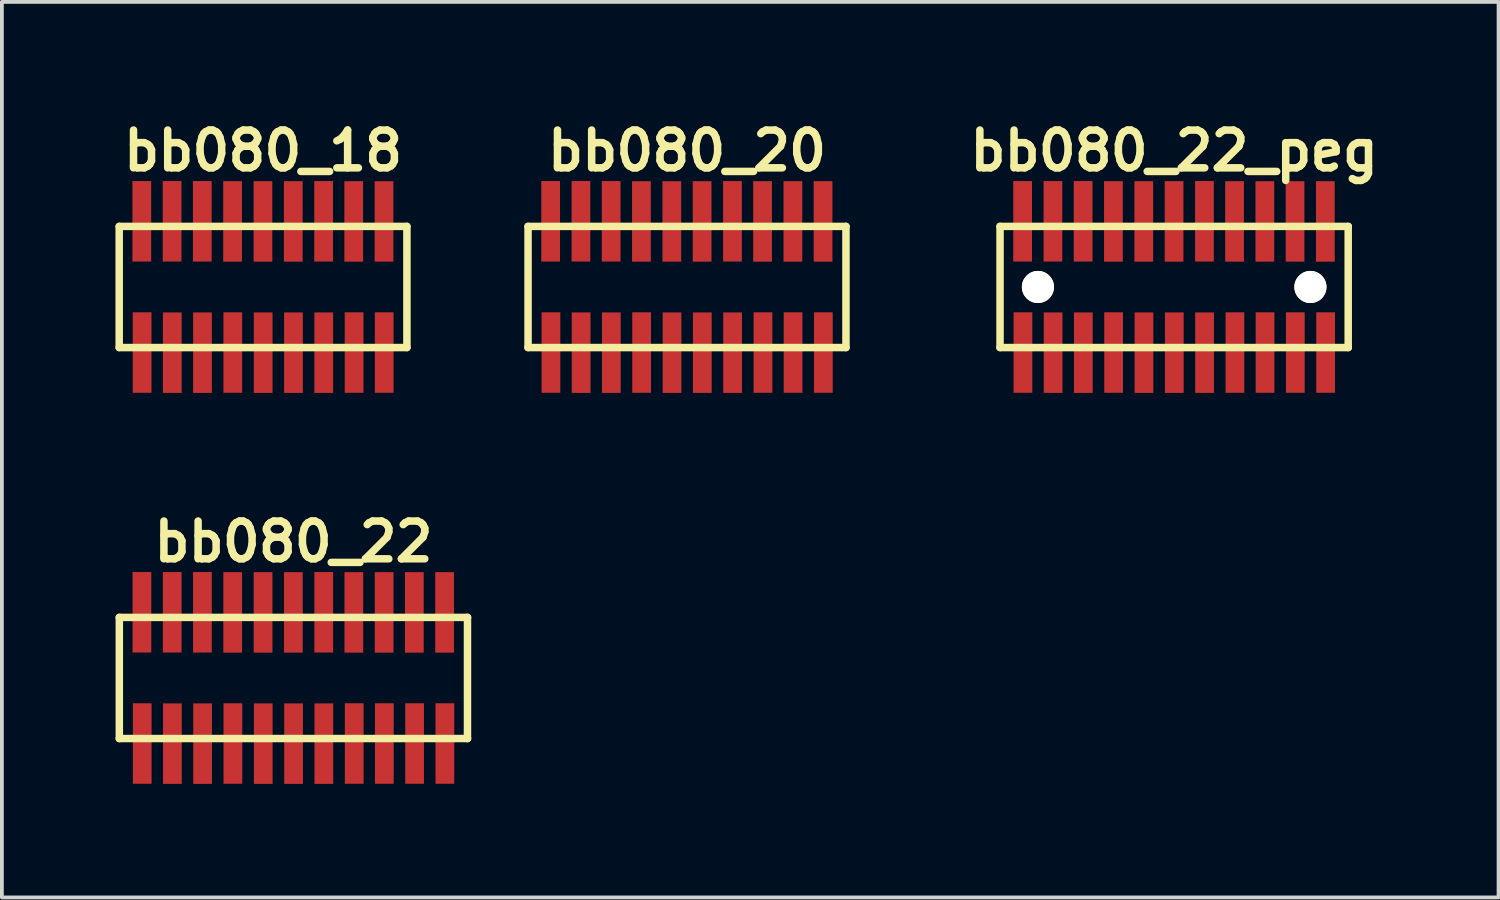
<source format=kicad_pcb>
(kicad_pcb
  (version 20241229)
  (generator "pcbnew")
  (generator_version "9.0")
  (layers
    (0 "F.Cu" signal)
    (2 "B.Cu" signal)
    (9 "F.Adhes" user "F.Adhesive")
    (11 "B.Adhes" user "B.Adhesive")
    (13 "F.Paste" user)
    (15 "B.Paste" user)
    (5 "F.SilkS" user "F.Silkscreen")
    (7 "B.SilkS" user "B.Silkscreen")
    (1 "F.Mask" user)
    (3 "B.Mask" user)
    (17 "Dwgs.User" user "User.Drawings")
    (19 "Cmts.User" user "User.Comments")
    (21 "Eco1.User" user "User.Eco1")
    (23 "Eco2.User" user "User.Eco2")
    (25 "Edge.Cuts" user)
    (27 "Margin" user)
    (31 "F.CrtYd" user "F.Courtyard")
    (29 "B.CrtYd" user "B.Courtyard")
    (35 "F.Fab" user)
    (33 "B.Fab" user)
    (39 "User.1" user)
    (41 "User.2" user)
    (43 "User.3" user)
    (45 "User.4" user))
  (footprint "bb080_20"
    (layer "F.Cu")
    (at 15.098 4.531)
    (property "Reference" "bb080_20" (at 0 -3.599 0) (layer "F.SilkS") (effects (font (size 0.998 0.998) (thickness 0.198))))
    (attr through_hole)
    (fp_line (start -4.201 -1.6) (end 4.201 -1.6) (stroke (width 0.198) (type solid)) (layer "F.SilkS"))
    (fp_line (start -4.199 -1.6) (end -4.199 1.6) (stroke (width 0.198) (type solid)) (layer "F.SilkS"))
    (fp_line (start 4.199 1.6) (end 4.199 -1.6) (stroke (width 0.198) (type solid)) (layer "F.SilkS"))
    (fp_line (start 4.201 1.6) (end -4.201 1.6) (stroke (width 0.198) (type solid)) (layer "F.SilkS"))
    (pad "1" smd rect (at -3.594 1.732) (size 0.495 2.126) (layers "F.Cu" "F.Mask" "F.Paste"))
    (pad "2" smd rect (at -3.602 -1.735) (size 0.495 2.126) (layers "F.Cu" "F.Mask" "F.Paste"))
    (pad "3" smd rect (at -2.797 1.735) (size 0.495 2.126) (layers "F.Cu" "F.Mask" "F.Paste"))
    (pad "4" smd rect (at -2.802 -1.735) (size 0.495 2.126) (layers "F.Cu" "F.Mask" "F.Paste"))
    (pad "5" smd rect (at -1.999 1.735) (size 0.495 2.126) (layers "F.Cu" "F.Mask" "F.Paste"))
    (pad "6" smd rect (at -2.004 -1.735) (size 0.495 2.126) (layers "F.Cu" "F.Mask" "F.Paste"))
    (pad "7" smd rect (at -1.199 1.732) (size 0.495 2.126) (layers "F.Cu" "F.Mask" "F.Paste"))
    (pad "8" smd rect (at -1.204 -1.732) (size 0.495 2.126) (layers "F.Cu" "F.Mask" "F.Paste"))
    (pad "9" smd rect (at -0.396 1.735) (size 0.495 2.126) (layers "F.Cu" "F.Mask" "F.Paste"))
    (pad "10" smd rect (at -0.401 -1.732) (size 0.495 2.126) (layers "F.Cu" "F.Mask" "F.Paste"))
    (pad "11" smd rect (at 0.404 1.735) (size 0.495 2.126) (layers "F.Cu" "F.Mask" "F.Paste"))
    (pad "12" smd rect (at 0.399 -1.732) (size 0.495 2.126) (layers "F.Cu" "F.Mask" "F.Paste"))
    (pad "13" smd rect (at 1.204 1.735) (size 0.495 2.126) (layers "F.Cu" "F.Mask" "F.Paste"))
    (pad "14" smd rect (at 1.201 -1.735) (size 0.495 2.126) (layers "F.Cu" "F.Mask" "F.Paste"))
    (pad "15" smd rect (at 2.007 1.732) (size 0.495 2.126) (layers "F.Cu" "F.Mask" "F.Paste"))
    (pad "16" smd rect (at 1.996 -1.732) (size 0.495 2.126) (layers "F.Cu" "F.Mask" "F.Paste"))
    (pad "17" smd rect (at 2.802 1.732) (size 0.495 2.126) (layers "F.Cu" "F.Mask" "F.Paste"))
    (pad "18" smd rect (at 2.797 -1.732) (size 0.495 2.126) (layers "F.Cu" "F.Mask" "F.Paste"))
    (pad "19" smd rect (at 3.602 1.732) (size 0.495 2.126) (layers "F.Cu" "F.Mask" "F.Paste"))
    (pad "20" smd rect (at 3.594 -1.732) (size 0.495 2.126) (layers "F.Cu" "F.Mask" "F.Paste")))
  (footprint "bb080_22_peg"
    (layer "F.Cu")
    (at 27.967 4.531)
    (property "Reference" "bb080_22_peg" (at 0 -3.599 0) (layer "F.SilkS") (effects (font (size 0.998 0.998) (thickness 0.198))))
    (attr through_hole)
    (fp_line (start -4.602 1.6) (end 4.6 1.6) (stroke (width 0.198) (type solid)) (layer "F.SilkS"))
    (fp_line (start -4.6 -1.6) (end -4.6 1.6) (stroke (width 0.198) (type solid)) (layer "F.SilkS"))
    (fp_line (start 4.597 1.6) (end 4.597 -1.6) (stroke (width 0.198) (type solid)) (layer "F.SilkS"))
    (fp_line (start 4.6 -1.6) (end -4.602 -1.6) (stroke (width 0.198) (type solid)) (layer "F.SilkS"))
    (pad "" np_thru_hole circle (at -3.599 0) (size 0.848 0.848) (drill 0.848) (layers "*.Cu" "*.Mask" "F.SilkS"))
    (pad "" np_thru_hole circle (at 3.599 0) (size 0.848 0.848) (drill 0.848) (layers "*.Cu" "*.Mask" "F.SilkS"))
    (pad "1" smd rect (at -3.995 1.732) (size 0.495 2.126) (layers "F.Cu" "F.Mask" "F.Paste"))
    (pad "2" smd rect (at -4.003 -1.735) (size 0.495 2.126) (layers "F.Cu" "F.Mask" "F.Paste"))
    (pad "3" smd rect (at -3.198 1.735) (size 0.495 2.126) (layers "F.Cu" "F.Mask" "F.Paste"))
    (pad "4" smd rect (at -3.203 -1.735) (size 0.495 2.126) (layers "F.Cu" "F.Mask" "F.Paste"))
    (pad "5" smd rect (at -2.4 1.735) (size 0.495 2.126) (layers "F.Cu" "F.Mask" "F.Paste"))
    (pad "6" smd rect (at -2.405 -1.735) (size 0.495 2.126) (layers "F.Cu" "F.Mask" "F.Paste"))
    (pad "7" smd rect (at -1.6 1.732) (size 0.495 2.126) (layers "F.Cu" "F.Mask" "F.Paste"))
    (pad "8" smd rect (at -1.605 -1.732) (size 0.495 2.126) (layers "F.Cu" "F.Mask" "F.Paste"))
    (pad "9" smd rect (at -0.798 1.735) (size 0.495 2.126) (layers "F.Cu" "F.Mask" "F.Paste"))
    (pad "10" smd rect (at -0.803 -1.732) (size 0.495 2.126) (layers "F.Cu" "F.Mask" "F.Paste"))
    (pad "11" smd rect (at 0.003 1.735) (size 0.495 2.126) (layers "F.Cu" "F.Mask" "F.Paste"))
    (pad "12" smd rect (at -0.003 -1.732) (size 0.495 2.126) (layers "F.Cu" "F.Mask" "F.Paste"))
    (pad "13" smd rect (at 0.803 1.735) (size 0.495 2.126) (layers "F.Cu" "F.Mask" "F.Paste"))
    (pad "14" smd rect (at 0.8 -1.735) (size 0.495 2.126) (layers "F.Cu" "F.Mask" "F.Paste"))
    (pad "15" smd rect (at 1.605 1.732) (size 0.495 2.126) (layers "F.Cu" "F.Mask" "F.Paste"))
    (pad "16" smd rect (at 1.595 -1.732) (size 0.495 2.126) (layers "F.Cu" "F.Mask" "F.Paste"))
    (pad "17" smd rect (at 2.4 1.732) (size 0.495 2.126) (layers "F.Cu" "F.Mask" "F.Paste"))
    (pad "18" smd rect (at 2.395 -1.732) (size 0.495 2.126) (layers "F.Cu" "F.Mask" "F.Paste"))
    (pad "19" smd rect (at 3.2 1.732) (size 0.495 2.126) (layers "F.Cu" "F.Mask" "F.Paste"))
    (pad "20" smd rect (at 3.193 -1.732) (size 0.495 2.126) (layers "F.Cu" "F.Mask" "F.Paste"))
    (pad "21" smd rect (at 4 1.732) (size 0.495 2.126) (layers "F.Cu" "F.Mask" "F.Paste"))
    (pad "22" smd rect (at 3.993 -1.732) (size 0.495 2.126) (layers "F.Cu" "F.Mask" "F.Paste")))
  (footprint "bb080_18"
    (layer "F.Cu")
    (at 3.899 4.531)
    (property "Reference" "bb080_18" (at 0 -3.599 0) (layer "F.SilkS") (effects (font (size 0.998 0.998) (thickness 0.198))))
    (attr through_hole)
    (fp_line (start -3.8 -1.6) (end -3.8 1.6) (stroke (width 0.198) (type solid)) (layer "F.SilkS"))
    (fp_line (start -3.8 1.6) (end 3.8 1.6) (stroke (width 0.198) (type solid)) (layer "F.SilkS"))
    (fp_line (start 3.8 -1.6) (end -3.8 -1.6) (stroke (width 0.198) (type solid)) (layer "F.SilkS"))
    (fp_line (start 3.8 1.6) (end 3.8 -1.6) (stroke (width 0.198) (type solid)) (layer "F.SilkS"))
    (pad "1" smd rect (at -3.195 1.732) (size 0.495 2.126) (layers "F.Cu" "F.Mask" "F.Paste"))
    (pad "2" smd rect (at -3.203 -1.735) (size 0.495 2.126) (layers "F.Cu" "F.Mask" "F.Paste"))
    (pad "3" smd rect (at -2.398 1.735) (size 0.495 2.126) (layers "F.Cu" "F.Mask" "F.Paste"))
    (pad "4" smd rect (at -2.403 -1.735) (size 0.495 2.126) (layers "F.Cu" "F.Mask" "F.Paste"))
    (pad "5" smd rect (at -1.6 1.735) (size 0.495 2.126) (layers "F.Cu" "F.Mask" "F.Paste"))
    (pad "6" smd rect (at -1.605 -1.735) (size 0.495 2.126) (layers "F.Cu" "F.Mask" "F.Paste"))
    (pad "7" smd rect (at -0.8 1.732) (size 0.495 2.126) (layers "F.Cu" "F.Mask" "F.Paste"))
    (pad "8" smd rect (at -0.805 -1.732) (size 0.495 2.126) (layers "F.Cu" "F.Mask" "F.Paste"))
    (pad "9" smd rect (at 0.003 1.735) (size 0.495 2.126) (layers "F.Cu" "F.Mask" "F.Paste"))
    (pad "10" smd rect (at -0.003 -1.732) (size 0.495 2.126) (layers "F.Cu" "F.Mask" "F.Paste"))
    (pad "11" smd rect (at 0.803 1.735) (size 0.495 2.126) (layers "F.Cu" "F.Mask" "F.Paste"))
    (pad "12" smd rect (at 0.798 -1.732) (size 0.495 2.126) (layers "F.Cu" "F.Mask" "F.Paste"))
    (pad "13" smd rect (at 1.603 1.735) (size 0.495 2.126) (layers "F.Cu" "F.Mask" "F.Paste"))
    (pad "14" smd rect (at 1.6 -1.735) (size 0.495 2.126) (layers "F.Cu" "F.Mask" "F.Paste"))
    (pad "15" smd rect (at 2.405 1.732) (size 0.495 2.126) (layers "F.Cu" "F.Mask" "F.Paste"))
    (pad "16" smd rect (at 2.395 -1.732) (size 0.495 2.126) (layers "F.Cu" "F.Mask" "F.Paste"))
    (pad "17" smd rect (at 3.2 1.732) (size 0.495 2.126) (layers "F.Cu" "F.Mask" "F.Paste"))
    (pad "18" smd rect (at 3.195 -1.732) (size 0.495 2.126) (layers "F.Cu" "F.Mask" "F.Paste")))
  (footprint "bb080_22"
    (layer "F.Cu")
    (at 4.702 14.859)
    (property "Reference" "bb080_22" (at 0 -3.599 0) (layer "F.SilkS") (effects (font (size 0.998 0.998) (thickness 0.198))))
    (attr through_hole)
    (fp_line (start -4.602 1.6) (end 4.6 1.6) (stroke (width 0.198) (type solid)) (layer "F.SilkS"))
    (fp_line (start -4.6 -1.6) (end -4.6 1.6) (stroke (width 0.198) (type solid)) (layer "F.SilkS"))
    (fp_line (start 4.597 1.6) (end 4.597 -1.6) (stroke (width 0.198) (type solid)) (layer "F.SilkS"))
    (fp_line (start 4.6 -1.6) (end -4.602 -1.6) (stroke (width 0.198) (type solid)) (layer "F.SilkS"))
    (pad "1" smd rect (at -3.995 1.732) (size 0.495 2.126) (layers "F.Cu" "F.Mask" "F.Paste"))
    (pad "2" smd rect (at -4.003 -1.735) (size 0.495 2.126) (layers "F.Cu" "F.Mask" "F.Paste"))
    (pad "3" smd rect (at -3.198 1.735) (size 0.495 2.126) (layers "F.Cu" "F.Mask" "F.Paste"))
    (pad "4" smd rect (at -3.203 -1.735) (size 0.495 2.126) (layers "F.Cu" "F.Mask" "F.Paste"))
    (pad "5" smd rect (at -2.4 1.735) (size 0.495 2.126) (layers "F.Cu" "F.Mask" "F.Paste"))
    (pad "6" smd rect (at -2.405 -1.735) (size 0.495 2.126) (layers "F.Cu" "F.Mask" "F.Paste"))
    (pad "7" smd rect (at -1.6 1.732) (size 0.495 2.126) (layers "F.Cu" "F.Mask" "F.Paste"))
    (pad "8" smd rect (at -1.605 -1.732) (size 0.495 2.126) (layers "F.Cu" "F.Mask" "F.Paste"))
    (pad "9" smd rect (at -0.798 1.735) (size 0.495 2.126) (layers "F.Cu" "F.Mask" "F.Paste"))
    (pad "10" smd rect (at -0.803 -1.732) (size 0.495 2.126) (layers "F.Cu" "F.Mask" "F.Paste"))
    (pad "11" smd rect (at 0.003 1.735) (size 0.495 2.126) (layers "F.Cu" "F.Mask" "F.Paste"))
    (pad "12" smd rect (at -0.003 -1.732) (size 0.495 2.126) (layers "F.Cu" "F.Mask" "F.Paste"))
    (pad "13" smd rect (at 0.803 1.735) (size 0.495 2.126) (layers "F.Cu" "F.Mask" "F.Paste"))
    (pad "14" smd rect (at 0.8 -1.735) (size 0.495 2.126) (layers "F.Cu" "F.Mask" "F.Paste"))
    (pad "15" smd rect (at 1.605 1.732) (size 0.495 2.126) (layers "F.Cu" "F.Mask" "F.Paste"))
    (pad "16" smd rect (at 1.595 -1.732) (size 0.495 2.126) (layers "F.Cu" "F.Mask" "F.Paste"))
    (pad "17" smd rect (at 2.4 1.732) (size 0.495 2.126) (layers "F.Cu" "F.Mask" "F.Paste"))
    (pad "18" smd rect (at 2.395 -1.732) (size 0.495 2.126) (layers "F.Cu" "F.Mask" "F.Paste"))
    (pad "19" smd rect (at 3.2 1.732) (size 0.495 2.126) (layers "F.Cu" "F.Mask" "F.Paste"))
    (pad "20" smd rect (at 3.193 -1.732) (size 0.495 2.126) (layers "F.Cu" "F.Mask" "F.Paste"))
    (pad "21" smd rect (at 4 1.732) (size 0.495 2.126) (layers "F.Cu" "F.Mask" "F.Paste"))
    (pad "22" smd rect (at 3.993 -1.732) (size 0.495 2.126) (layers "F.Cu" "F.Mask" "F.Paste")))
  (gr_rect
    (start -3 -3)
    (end 36.536 20.657)
    (stroke (width 0.1) (type default))
    (fill no)
    (layer "Edge.Cuts")))
</source>
